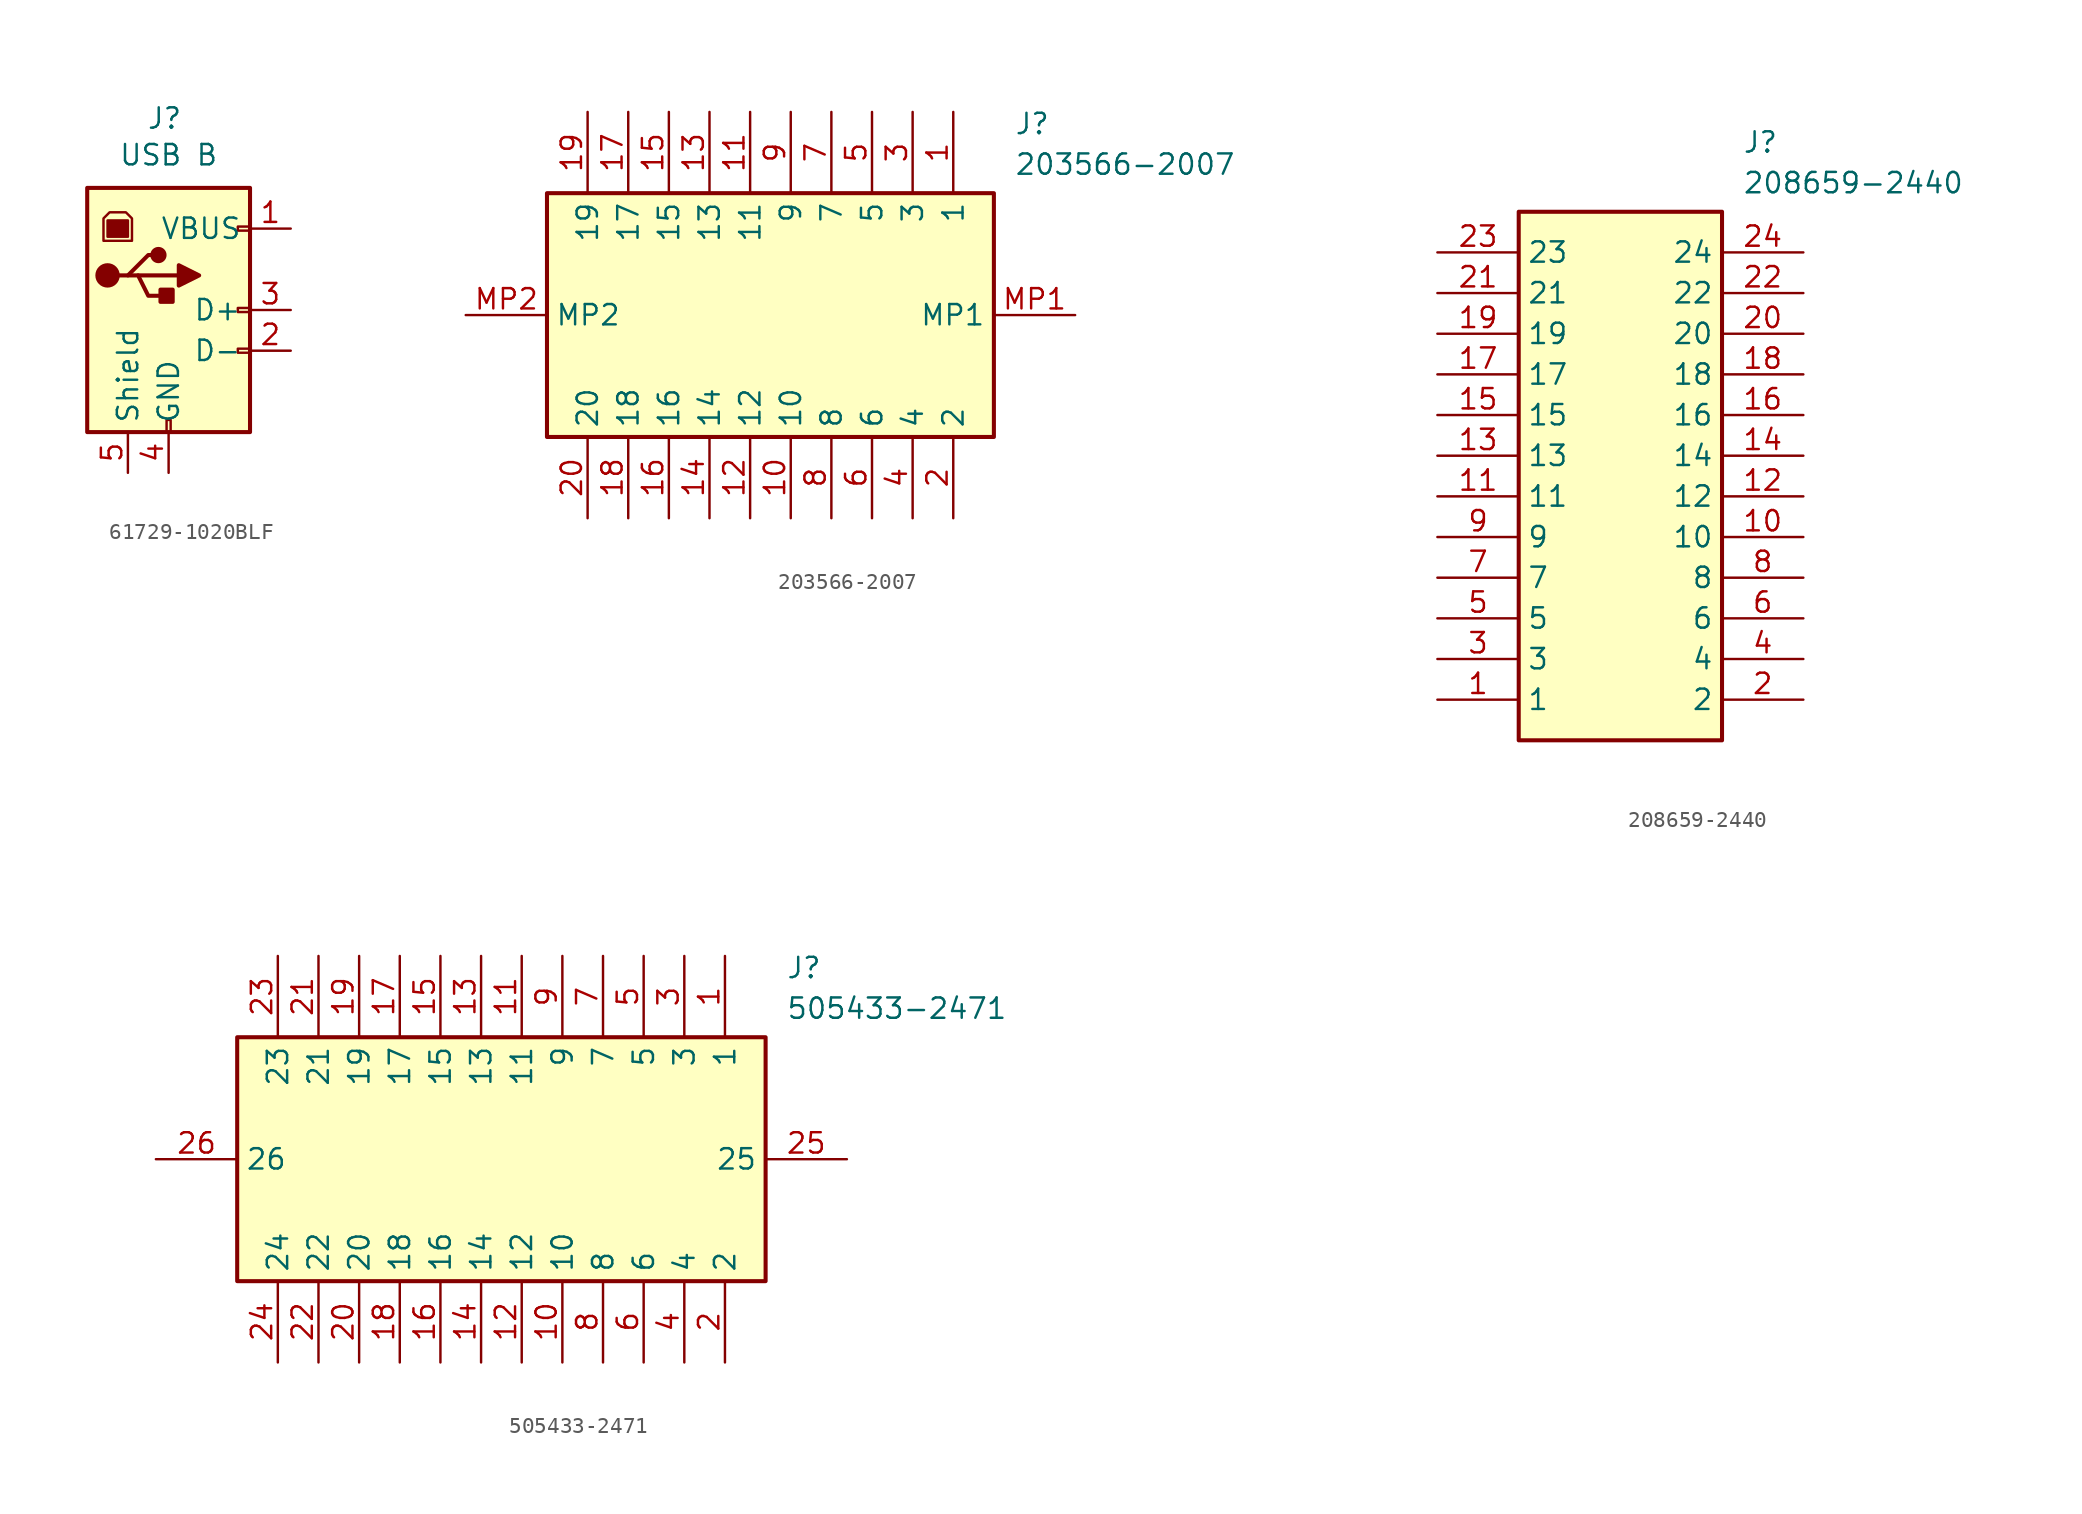
<source format=kicad_sym>
(kicad_symbol_lib
  (version 20231120)
  (generator "kicad_symbol_editor")
  (generator_version "8.0")
  (symbol "61729-1020BLF"
    (property "Reference" "J"
      (at 4.826 5.08 0)
      (effects (font (size 1.27 1.27)) (justify top)))
    (property "Value" "USB B"
      (at 5.08 2.794 0)
      (effects (font (size 1.27 1.27)) (justify top)))
    (symbol "61729-1020BLF_0_1"
      (rectangle (start 0 -15.24) (end 10.16 0) (stroke (width 0.254) (type default)) (fill (type background)))
      (polyline (pts (xy 3.175 -5.461) (xy 5.715 -5.461)) (stroke (width 0.254) (type default)) (fill (type none)))
      (polyline (pts (xy 1.905 -5.461) (xy 2.54 -5.461) (xy 3.81 -4.191) (xy 4.445 -4.191)) (stroke (width 0.254) (type default)) (fill (type none)))
      (polyline (pts (xy 2.54 -5.461) (xy 3.175 -5.461) (xy 3.81 -6.731) (xy 5.08 -6.731)) (stroke (width 0.254) (type default)) (fill (type none)))
      (polyline (pts (xy 5.715 -4.826) (xy 5.715 -6.096) (xy 6.985 -5.461) (xy 5.715 -4.826)) (stroke (width 0.254) (type default)) (fill (type outline)))
      (polyline (pts (xy 1.016 -3.302) (xy 2.794 -3.302) (xy 2.794 -1.905) (xy 2.413 -1.524) (xy 1.397 -1.524) (xy 1.016 -1.905) (xy 1.016 -3.302)) (stroke (width 0) (type default)) (fill (type none)))
      (circle (center 1.27 -5.461) (radius 0.635) (stroke (width 0.254) (type default)) (fill (type outline)))
      (rectangle (start 1.27 -2.032) (end 2.54 -3.048) (stroke (width 0) (type default)) (fill (type outline)))
      (circle (center 4.445 -4.191) (radius 0.381) (stroke (width 0.254) (type default)) (fill (type outline)))
      (rectangle (start 4.953 -15.24) (end 5.207 -14.478) (stroke (width 0) (type default)) (fill (type none)))
      (rectangle (start 5.334 -6.35) (end 4.572 -7.112) (stroke (width 0.254) (type default)) (fill (type outline)))
      (rectangle (start 10.16 -10.287) (end 9.398 -10.033) (stroke (width 0) (type default)) (fill (type none)))
      (rectangle (start 10.16 -7.747) (end 9.398 -7.493) (stroke (width 0) (type default)) (fill (type none)))
      (rectangle (start 10.16 -2.667) (end 9.398 -2.413) (stroke (width 0) (type default)) (fill (type none))))
    (symbol "61729-1020BLF_1_1"
      (pin power_out line (at 12.7 -2.54 180) (length 2.54) (name "VBUS" (effects (font (size 1.27 1.27)))) (number "1" (effects (font (size 1.27 1.27)))))
      (pin bidirectional line (at 12.7 -10.16 180) (length 2.54) (name "D-" (effects (font (size 1.27 1.27)))) (number "2" (effects (font (size 1.27 1.27)))))
      (pin bidirectional line (at 12.7 -7.62 180) (length 2.54) (name "D+" (effects (font (size 1.27 1.27)))) (number "3" (effects (font (size 1.27 1.27)))))
      (pin power_out line (at 5.08 -17.78 90) (length 2.54) (name "GND" (effects (font (size 1.27 1.27)))) (number "4" (effects (font (size 1.27 1.27)))))
      (pin passive line (at 2.54 -17.78 90) (length 2.54) (name "Shield" (effects (font (size 1.27 1.27)))) (number "5" (effects (font (size 1.27 1.27)))))))
  (symbol "203566-2007"
    (property "Reference" "J"
      (at 34.29 12.7 0)
      (effects (font (size 1.27 1.27)) (justify left top)))
    (property "Value" "203566-2007"
      (at 34.29 10.16 0)
      (effects (font (size 1.27 1.27)) (justify left top)))
    (symbol "203566-2007_1_1"
      (rectangle (start 5.08 7.62) (end 33.02 -7.62) (stroke (width 0.254) (type default)) (fill (type background)))
      (pin passive line (at 30.48 12.7 270) (length 5.08) (name "1" (effects (font (size 1.27 1.27)))) (number "1" (effects (font (size 1.27 1.27)))))
      (pin passive line (at 20.32 -12.7 90) (length 5.08) (name "10" (effects (font (size 1.27 1.27)))) (number "10" (effects (font (size 1.27 1.27)))))
      (pin passive line (at 17.78 12.7 270) (length 5.08) (name "11" (effects (font (size 1.27 1.27)))) (number "11" (effects (font (size 1.27 1.27)))))
      (pin passive line (at 17.78 -12.7 90) (length 5.08) (name "12" (effects (font (size 1.27 1.27)))) (number "12" (effects (font (size 1.27 1.27)))))
      (pin passive line (at 15.24 12.7 270) (length 5.08) (name "13" (effects (font (size 1.27 1.27)))) (number "13" (effects (font (size 1.27 1.27)))))
      (pin passive line (at 15.24 -12.7 90) (length 5.08) (name "14" (effects (font (size 1.27 1.27)))) (number "14" (effects (font (size 1.27 1.27)))))
      (pin passive line (at 12.7 12.7 270) (length 5.08) (name "15" (effects (font (size 1.27 1.27)))) (number "15" (effects (font (size 1.27 1.27)))))
      (pin passive line (at 12.7 -12.7 90) (length 5.08) (name "16" (effects (font (size 1.27 1.27)))) (number "16" (effects (font (size 1.27 1.27)))))
      (pin passive line (at 10.16 12.7 270) (length 5.08) (name "17" (effects (font (size 1.27 1.27)))) (number "17" (effects (font (size 1.27 1.27)))))
      (pin passive line (at 10.16 -12.7 90) (length 5.08) (name "18" (effects (font (size 1.27 1.27)))) (number "18" (effects (font (size 1.27 1.27)))))
      (pin passive line (at 7.62 12.7 270) (length 5.08) (name "19" (effects (font (size 1.27 1.27)))) (number "19" (effects (font (size 1.27 1.27)))))
      (pin passive line (at 30.48 -12.7 90) (length 5.08) (name "2" (effects (font (size 1.27 1.27)))) (number "2" (effects (font (size 1.27 1.27)))))
      (pin passive line (at 7.62 -12.7 90) (length 5.08) (name "20" (effects (font (size 1.27 1.27)))) (number "20" (effects (font (size 1.27 1.27)))))
      (pin passive line (at 27.94 12.7 270) (length 5.08) (name "3" (effects (font (size 1.27 1.27)))) (number "3" (effects (font (size 1.27 1.27)))))
      (pin passive line (at 27.94 -12.7 90) (length 5.08) (name "4" (effects (font (size 1.27 1.27)))) (number "4" (effects (font (size 1.27 1.27)))))
      (pin passive line (at 25.4 12.7 270) (length 5.08) (name "5" (effects (font (size 1.27 1.27)))) (number "5" (effects (font (size 1.27 1.27)))))
      (pin passive line (at 25.4 -12.7 90) (length 5.08) (name "6" (effects (font (size 1.27 1.27)))) (number "6" (effects (font (size 1.27 1.27)))))
      (pin passive line (at 22.86 12.7 270) (length 5.08) (name "7" (effects (font (size 1.27 1.27)))) (number "7" (effects (font (size 1.27 1.27)))))
      (pin passive line (at 22.86 -12.7 90) (length 5.08) (name "8" (effects (font (size 1.27 1.27)))) (number "8" (effects (font (size 1.27 1.27)))))
      (pin passive line (at 20.32 12.7 270) (length 5.08) (name "9" (effects (font (size 1.27 1.27)))) (number "9" (effects (font (size 1.27 1.27)))))
      (pin passive line (at 38.1 0 180) (length 5.08) (name "MP1" (effects (font (size 1.27 1.27)))) (number "MP1" (effects (font (size 1.27 1.27)))))
      (pin passive line (at 0 0 0) (length 5.08) (name "MP2" (effects (font (size 1.27 1.27)))) (number "MP2" (effects (font (size 1.27 1.27)))))))
  (symbol "208659-2440"
    (property "Reference" "J"
      (at 19.05 7.62 0)
      (effects (font (size 1.27 1.27)) (justify left top)))
    (property "Value" "208659-2440"
      (at 19.05 5.08 0)
      (effects (font (size 1.27 1.27)) (justify left top)))
    (rectangle
      (start 5.08 2.54)
      (end 17.78 -30.48)
      (stroke (width 0.254) (type default))
      (fill (type background)))
    (pin passive line
      (at 0 -27.94 0)
      (length 5.08)
      (name "1" (effects (font (size 1.27 1.27))))
      (number "1" (effects (font (size 1.27 1.27)))))
    (pin passive line
      (at 22.86 -27.94 180)
      (length 5.08)
      (name "2" (effects (font (size 1.27 1.27))))
      (number "2" (effects (font (size 1.27 1.27)))))
    (pin passive line
      (at 0 -25.4 0)
      (length 5.08)
      (name "3" (effects (font (size 1.27 1.27))))
      (number "3" (effects (font (size 1.27 1.27)))))
    (pin passive line
      (at 22.86 -25.4 180)
      (length 5.08)
      (name "4" (effects (font (size 1.27 1.27))))
      (number "4" (effects (font (size 1.27 1.27)))))
    (pin passive line
      (at 0 -22.86 0)
      (length 5.08)
      (name "5" (effects (font (size 1.27 1.27))))
      (number "5" (effects (font (size 1.27 1.27)))))
    (pin passive line
      (at 22.86 -22.86 180)
      (length 5.08)
      (name "6" (effects (font (size 1.27 1.27))))
      (number "6" (effects (font (size 1.27 1.27)))))
    (pin passive line
      (at 0 -20.32 0)
      (length 5.08)
      (name "7" (effects (font (size 1.27 1.27))))
      (number "7" (effects (font (size 1.27 1.27)))))
    (pin passive line
      (at 22.86 -20.32 180)
      (length 5.08)
      (name "8" (effects (font (size 1.27 1.27))))
      (number "8" (effects (font (size 1.27 1.27)))))
    (pin passive line
      (at 0 -17.78 0)
      (length 5.08)
      (name "9" (effects (font (size 1.27 1.27))))
      (number "9" (effects (font (size 1.27 1.27)))))
    (pin passive line
      (at 22.86 -17.78 180)
      (length 5.08)
      (name "10" (effects (font (size 1.27 1.27))))
      (number "10" (effects (font (size 1.27 1.27)))))
    (pin passive line
      (at 0 -15.24 0)
      (length 5.08)
      (name "11" (effects (font (size 1.27 1.27))))
      (number "11" (effects (font (size 1.27 1.27)))))
    (pin passive line
      (at 22.86 -15.24 180)
      (length 5.08)
      (name "12" (effects (font (size 1.27 1.27))))
      (number "12" (effects (font (size 1.27 1.27)))))
    (pin passive line
      (at 0 -12.7 0)
      (length 5.08)
      (name "13" (effects (font (size 1.27 1.27))))
      (number "13" (effects (font (size 1.27 1.27)))))
    (pin passive line
      (at 22.86 -12.7 180)
      (length 5.08)
      (name "14" (effects (font (size 1.27 1.27))))
      (number "14" (effects (font (size 1.27 1.27)))))
    (pin passive line
      (at 0 -10.16 0)
      (length 5.08)
      (name "15" (effects (font (size 1.27 1.27))))
      (number "15" (effects (font (size 1.27 1.27)))))
    (pin passive line
      (at 22.86 -10.16 180)
      (length 5.08)
      (name "16" (effects (font (size 1.27 1.27))))
      (number "16" (effects (font (size 1.27 1.27)))))
    (pin passive line
      (at 0 -7.62 0)
      (length 5.08)
      (name "17" (effects (font (size 1.27 1.27))))
      (number "17" (effects (font (size 1.27 1.27)))))
    (pin passive line
      (at 22.86 -7.62 180)
      (length 5.08)
      (name "18" (effects (font (size 1.27 1.27))))
      (number "18" (effects (font (size 1.27 1.27)))))
    (pin passive line
      (at 0 -5.08 0)
      (length 5.08)
      (name "19" (effects (font (size 1.27 1.27))))
      (number "19" (effects (font (size 1.27 1.27)))))
    (pin passive line
      (at 22.86 -5.08 180)
      (length 5.08)
      (name "20" (effects (font (size 1.27 1.27))))
      (number "20" (effects (font (size 1.27 1.27)))))
    (pin passive line
      (at 0 -2.54 0)
      (length 5.08)
      (name "21" (effects (font (size 1.27 1.27))))
      (number "21" (effects (font (size 1.27 1.27)))))
    (pin passive line
      (at 22.86 -2.54 180)
      (length 5.08)
      (name "22" (effects (font (size 1.27 1.27))))
      (number "22" (effects (font (size 1.27 1.27)))))
    (pin passive line
      (at 0 0 0)
      (length 5.08)
      (name "23" (effects (font (size 1.27 1.27))))
      (number "23" (effects (font (size 1.27 1.27)))))
    (pin passive line
      (at 22.86 0 180)
      (length 5.08)
      (name "24" (effects (font (size 1.27 1.27))))
      (number "24" (effects (font (size 1.27 1.27))))))
  (symbol "505433-2471"
    (property "Reference" "J"
      (at 39.37 12.7 0)
      (effects (font (size 1.27 1.27)) (justify left top)))
    (property "Value" "505433-2471"
      (at 39.37 10.16 0)
      (effects (font (size 1.27 1.27)) (justify left top)))
    (rectangle
      (start 5.08 7.62)
      (end 38.1 -7.62)
      (stroke (width 0.254) (type default))
      (fill (type background)))
    (pin passive line
      (at 35.56 12.7 270)
      (length 5.08)
      (name "1" (effects (font (size 1.27 1.27))))
      (number "1" (effects (font (size 1.27 1.27)))))
    (pin passive line
      (at 35.56 -12.7 90)
      (length 5.08)
      (name "2" (effects (font (size 1.27 1.27))))
      (number "2" (effects (font (size 1.27 1.27)))))
    (pin passive line
      (at 33.02 12.7 270)
      (length 5.08)
      (name "3" (effects (font (size 1.27 1.27))))
      (number "3" (effects (font (size 1.27 1.27)))))
    (pin passive line
      (at 33.02 -12.7 90)
      (length 5.08)
      (name "4" (effects (font (size 1.27 1.27))))
      (number "4" (effects (font (size 1.27 1.27)))))
    (pin passive line
      (at 30.48 12.7 270)
      (length 5.08)
      (name "5" (effects (font (size 1.27 1.27))))
      (number "5" (effects (font (size 1.27 1.27)))))
    (pin passive line
      (at 30.48 -12.7 90)
      (length 5.08)
      (name "6" (effects (font (size 1.27 1.27))))
      (number "6" (effects (font (size 1.27 1.27)))))
    (pin passive line
      (at 27.94 12.7 270)
      (length 5.08)
      (name "7" (effects (font (size 1.27 1.27))))
      (number "7" (effects (font (size 1.27 1.27)))))
    (pin passive line
      (at 27.94 -12.7 90)
      (length 5.08)
      (name "8" (effects (font (size 1.27 1.27))))
      (number "8" (effects (font (size 1.27 1.27)))))
    (pin passive line
      (at 25.4 12.7 270)
      (length 5.08)
      (name "9" (effects (font (size 1.27 1.27))))
      (number "9" (effects (font (size 1.27 1.27)))))
    (pin passive line
      (at 25.4 -12.7 90)
      (length 5.08)
      (name "10" (effects (font (size 1.27 1.27))))
      (number "10" (effects (font (size 1.27 1.27)))))
    (pin passive line
      (at 22.86 12.7 270)
      (length 5.08)
      (name "11" (effects (font (size 1.27 1.27))))
      (number "11" (effects (font (size 1.27 1.27)))))
    (pin passive line
      (at 22.86 -12.7 90)
      (length 5.08)
      (name "12" (effects (font (size 1.27 1.27))))
      (number "12" (effects (font (size 1.27 1.27)))))
    (pin passive line
      (at 20.32 12.7 270)
      (length 5.08)
      (name "13" (effects (font (size 1.27 1.27))))
      (number "13" (effects (font (size 1.27 1.27)))))
    (pin passive line
      (at 20.32 -12.7 90)
      (length 5.08)
      (name "14" (effects (font (size 1.27 1.27))))
      (number "14" (effects (font (size 1.27 1.27)))))
    (pin passive line
      (at 17.78 12.7 270)
      (length 5.08)
      (name "15" (effects (font (size 1.27 1.27))))
      (number "15" (effects (font (size 1.27 1.27)))))
    (pin passive line
      (at 17.78 -12.7 90)
      (length 5.08)
      (name "16" (effects (font (size 1.27 1.27))))
      (number "16" (effects (font (size 1.27 1.27)))))
    (pin passive line
      (at 15.24 12.7 270)
      (length 5.08)
      (name "17" (effects (font (size 1.27 1.27))))
      (number "17" (effects (font (size 1.27 1.27)))))
    (pin passive line
      (at 15.24 -12.7 90)
      (length 5.08)
      (name "18" (effects (font (size 1.27 1.27))))
      (number "18" (effects (font (size 1.27 1.27)))))
    (pin passive line
      (at 12.7 12.7 270)
      (length 5.08)
      (name "19" (effects (font (size 1.27 1.27))))
      (number "19" (effects (font (size 1.27 1.27)))))
    (pin passive line
      (at 12.7 -12.7 90)
      (length 5.08)
      (name "20" (effects (font (size 1.27 1.27))))
      (number "20" (effects (font (size 1.27 1.27)))))
    (pin passive line
      (at 10.16 12.7 270)
      (length 5.08)
      (name "21" (effects (font (size 1.27 1.27))))
      (number "21" (effects (font (size 1.27 1.27)))))
    (pin passive line
      (at 10.16 -12.7 90)
      (length 5.08)
      (name "22" (effects (font (size 1.27 1.27))))
      (number "22" (effects (font (size 1.27 1.27)))))
    (pin passive line
      (at 7.62 12.7 270)
      (length 5.08)
      (name "23" (effects (font (size 1.27 1.27))))
      (number "23" (effects (font (size 1.27 1.27)))))
    (pin passive line
      (at 7.62 -12.7 90)
      (length 5.08)
      (name "24" (effects (font (size 1.27 1.27))))
      (number "24" (effects (font (size 1.27 1.27)))))
    (pin passive line
      (at 43.18 0 180)
      (length 5.08)
      (name "25" (effects (font (size 1.27 1.27))))
      (number "25" (effects (font (size 1.27 1.27)))))
    (pin passive line
      (at 0 0 0)
      (length 5.08)
      (name "26" (effects (font (size 1.27 1.27))))
      (number "26" (effects (font (size 1.27 1.27)))))))
</source>
